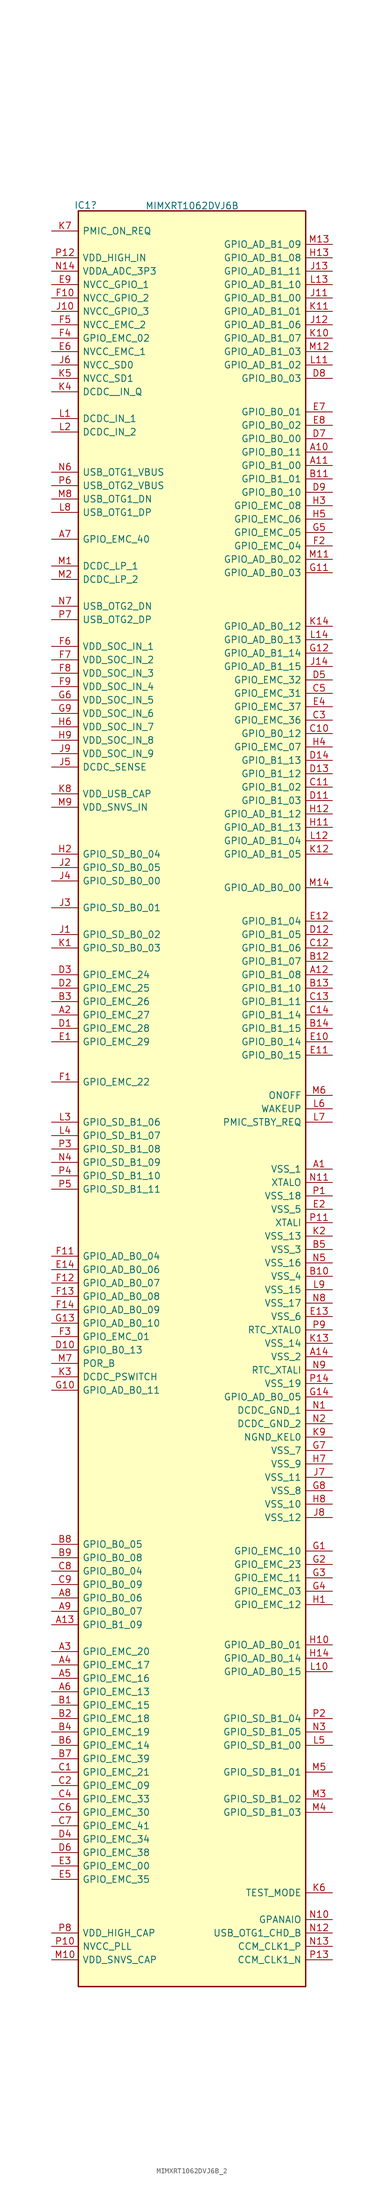
<source format=kicad_sym>
(kicad_symbol_lib
  (version 20220914)
  (generator kicad_symbol_editor)
  (symbol "MIMXRT1062DVJ6B_2"
    (pin_names
      (offset 0.762))
    (property "Reference" "IC1"
      (at -20.193 124.257 0)
      (effects (font (size 1.27 1.27))))
    (property "Value" "MIMXRT1062DVJ6B"
      (at 0.025 124.155 0)
      (effects (font (size 1.27 1.27))))
    (property "Tolerance" ""
      (at 0 0 0)
      (effects (font (size 1.27 1.27))))
    (property "Power Rating" ""
      (at 0 0 0)
      (effects (font (size 1.27 1.27))))
    (symbol "MIMXRT1062DVJ6B_2_0_0"
      (pin passive line (at 26.67 -58.42 180) (length 5.08) (name "VSS_1" (effects (font (size 1.27 1.27)))) (number "A1" (effects (font (size 1.27 1.27)))))
      (pin passive line (at 26.67 77.47 180) (length 5.08) (name "GPIO_B0_11" (effects (font (size 1.27 1.27)))) (number "A10" (effects (font (size 1.27 1.27)))))
      (pin passive line (at 26.67 74.93 180) (length 5.08) (name "GPIO_B1_00" (effects (font (size 1.27 1.27)))) (number "A11" (effects (font (size 1.27 1.27)))))
      (pin passive line (at 26.67 -21.59 180) (length 5.08) (name "GPIO_B1_08" (effects (font (size 1.27 1.27)))) (number "A12" (effects (font (size 1.27 1.27)))))
      (pin passive line (at -26.67 -144.78 0) (length 5.08) (name "GPIO_B1_09" (effects (font (size 1.27 1.27)))) (number "A13" (effects (font (size 1.27 1.27)))))
      (pin passive line (at 26.67 -93.98 180) (length 5.08) (name "VSS_2" (effects (font (size 1.27 1.27)))) (number "A14" (effects (font (size 1.27 1.27)))))
      (pin passive line (at -26.67 -29.21 0) (length 5.08) (name "GPIO_EMC_27" (effects (font (size 1.27 1.27)))) (number "A2" (effects (font (size 1.27 1.27)))))
      (pin passive line (at -26.67 -149.86 0) (length 5.08) (name "GPIO_EMC_20" (effects (font (size 1.27 1.27)))) (number "A3" (effects (font (size 1.27 1.27)))))
      (pin passive line (at -26.67 -152.4 0) (length 5.08) (name "GPIO_EMC_17" (effects (font (size 1.27 1.27)))) (number "A4" (effects (font (size 1.27 1.27)))))
      (pin passive line (at -26.67 -154.94 0) (length 5.08) (name "GPIO_EMC_16" (effects (font (size 1.27 1.27)))) (number "A5" (effects (font (size 1.27 1.27)))))
      (pin passive line (at -26.67 -157.48 0) (length 5.08) (name "GPIO_EMC_13" (effects (font (size 1.27 1.27)))) (number "A6" (effects (font (size 1.27 1.27)))))
      (pin passive line (at -26.67 60.96 0) (length 5.08) (name "GPIO_EMC_40" (effects (font (size 1.27 1.27)))) (number "A7" (effects (font (size 1.27 1.27)))))
      (pin passive line (at -26.67 -139.7 0) (length 5.08) (name "GPIO_B0_06" (effects (font (size 1.27 1.27)))) (number "A8" (effects (font (size 1.27 1.27)))))
      (pin passive line (at -26.67 -142.24 0) (length 5.08) (name "GPIO_B0_07" (effects (font (size 1.27 1.27)))) (number "A9" (effects (font (size 1.27 1.27)))))
      (pin passive line (at -26.67 -160.02 0) (length 5.08) (name "GPIO_EMC_15" (effects (font (size 1.27 1.27)))) (number "B1" (effects (font (size 1.27 1.27)))))
      (pin passive line (at 26.67 -78.74 180) (length 5.08) (name "VSS_4" (effects (font (size 1.27 1.27)))) (number "B10" (effects (font (size 1.27 1.27)))))
      (pin passive line (at 26.67 72.39 180) (length 5.08) (name "GPIO_B1_01" (effects (font (size 1.27 1.27)))) (number "B11" (effects (font (size 1.27 1.27)))))
      (pin passive line (at 26.67 -19.05 180) (length 5.08) (name "GPIO_B1_07" (effects (font (size 1.27 1.27)))) (number "B12" (effects (font (size 1.27 1.27)))))
      (pin passive line (at 26.67 -24.13 180) (length 5.08) (name "GPIO_B1_10" (effects (font (size 1.27 1.27)))) (number "B13" (effects (font (size 1.27 1.27)))))
      (pin passive line (at 26.67 -31.75 180) (length 5.08) (name "GPIO_B1_15" (effects (font (size 1.27 1.27)))) (number "B14" (effects (font (size 1.27 1.27)))))
      (pin passive line (at -26.67 -162.56 0) (length 5.08) (name "GPIO_EMC_18" (effects (font (size 1.27 1.27)))) (number "B2" (effects (font (size 1.27 1.27)))))
      (pin passive line (at -26.67 -26.67 0) (length 5.08) (name "GPIO_EMC_26" (effects (font (size 1.27 1.27)))) (number "B3" (effects (font (size 1.27 1.27)))))
      (pin passive line (at -26.67 -165.1 0) (length 5.08) (name "GPIO_EMC_19" (effects (font (size 1.27 1.27)))) (number "B4" (effects (font (size 1.27 1.27)))))
      (pin passive line (at 26.67 -73.66 180) (length 5.08) (name "VSS_3" (effects (font (size 1.27 1.27)))) (number "B5" (effects (font (size 1.27 1.27)))))
      (pin passive line (at -26.67 -167.64 0) (length 5.08) (name "GPIO_EMC_14" (effects (font (size 1.27 1.27)))) (number "B6" (effects (font (size 1.27 1.27)))))
      (pin passive line (at -26.67 -170.18 0) (length 5.08) (name "GPIO_EMC_39" (effects (font (size 1.27 1.27)))) (number "B7" (effects (font (size 1.27 1.27)))))
      (pin passive line (at -26.67 -129.54 0) (length 5.08) (name "GPIO_B0_05" (effects (font (size 1.27 1.27)))) (number "B8" (effects (font (size 1.27 1.27)))))
      (pin passive line (at -26.67 -132.08 0) (length 5.08) (name "GPIO_B0_08" (effects (font (size 1.27 1.27)))) (number "B9" (effects (font (size 1.27 1.27)))))
      (pin passive line (at -26.67 -172.72 0) (length 5.08) (name "GPIO_EMC_21" (effects (font (size 1.27 1.27)))) (number "C1" (effects (font (size 1.27 1.27)))))
      (pin passive line (at 26.67 24.13 180) (length 5.08) (name "GPIO_B0_12" (effects (font (size 1.27 1.27)))) (number "C10" (effects (font (size 1.27 1.27)))))
      (pin passive line (at 26.67 13.97 180) (length 5.08) (name "GPIO_B1_02" (effects (font (size 1.27 1.27)))) (number "C11" (effects (font (size 1.27 1.27)))))
      (pin passive line (at 26.67 -16.51 180) (length 5.08) (name "GPIO_B1_06" (effects (font (size 1.27 1.27)))) (number "C12" (effects (font (size 1.27 1.27)))))
      (pin passive line (at 26.67 -26.67 180) (length 5.08) (name "GPIO_B1_11" (effects (font (size 1.27 1.27)))) (number "C13" (effects (font (size 1.27 1.27)))))
      (pin passive line (at 26.67 -29.21 180) (length 5.08) (name "GPIO_B1_14" (effects (font (size 1.27 1.27)))) (number "C14" (effects (font (size 1.27 1.27)))))
      (pin passive line (at -26.67 -175.26 0) (length 5.08) (name "GPIO_EMC_09" (effects (font (size 1.27 1.27)))) (number "C2" (effects (font (size 1.27 1.27)))))
      (pin passive line (at 26.67 26.67 180) (length 5.08) (name "GPIO_EMC_36" (effects (font (size 1.27 1.27)))) (number "C3" (effects (font (size 1.27 1.27)))))
      (pin passive line (at -26.67 -177.8 0) (length 5.08) (name "GPIO_EMC_33" (effects (font (size 1.27 1.27)))) (number "C4" (effects (font (size 1.27 1.27)))))
      (pin passive line (at 26.67 31.75 180) (length 5.08) (name "GPIO_EMC_31" (effects (font (size 1.27 1.27)))) (number "C5" (effects (font (size 1.27 1.27)))))
      (pin passive line (at -26.67 -180.34 0) (length 5.08) (name "GPIO_EMC_30" (effects (font (size 1.27 1.27)))) (number "C6" (effects (font (size 1.27 1.27)))))
      (pin passive line (at -26.67 -182.88 0) (length 5.08) (name "GPIO_EMC_41" (effects (font (size 1.27 1.27)))) (number "C7" (effects (font (size 1.27 1.27)))))
      (pin passive line (at -26.67 -134.62 0) (length 5.08) (name "GPIO_B0_04" (effects (font (size 1.27 1.27)))) (number "C8" (effects (font (size 1.27 1.27)))))
      (pin passive line (at -26.67 -137.16 0) (length 5.08) (name "GPIO_B0_09" (effects (font (size 1.27 1.27)))) (number "C9" (effects (font (size 1.27 1.27)))))
      (pin passive line (at -26.67 -31.75 0) (length 5.08) (name "GPIO_EMC_28" (effects (font (size 1.27 1.27)))) (number "D1" (effects (font (size 1.27 1.27)))))
      (pin passive line (at -26.67 -92.71 0) (length 5.08) (name "GPIO_B0_13" (effects (font (size 1.27 1.27)))) (number "D10" (effects (font (size 1.27 1.27)))))
      (pin passive line (at 26.67 11.43 180) (length 5.08) (name "GPIO_B1_03" (effects (font (size 1.27 1.27)))) (number "D11" (effects (font (size 1.27 1.27)))))
      (pin passive line (at 26.67 -13.97 180) (length 5.08) (name "GPIO_B1_05" (effects (font (size 1.27 1.27)))) (number "D12" (effects (font (size 1.27 1.27)))))
      (pin passive line (at 26.67 16.51 180) (length 5.08) (name "GPIO_B1_12" (effects (font (size 1.27 1.27)))) (number "D13" (effects (font (size 1.27 1.27)))))
      (pin passive line (at 26.67 19.05 180) (length 5.08) (name "GPIO_B1_13" (effects (font (size 1.27 1.27)))) (number "D14" (effects (font (size 1.27 1.27)))))
      (pin passive line (at -26.67 -24.13 0) (length 5.08) (name "GPIO_EMC_25" (effects (font (size 1.27 1.27)))) (number "D2" (effects (font (size 1.27 1.27)))))
      (pin passive line (at -26.67 -21.59 0) (length 5.08) (name "GPIO_EMC_24" (effects (font (size 1.27 1.27)))) (number "D3" (effects (font (size 1.27 1.27)))))
      (pin passive line (at -26.67 -185.42 0) (length 5.08) (name "GPIO_EMC_34" (effects (font (size 1.27 1.27)))) (number "D4" (effects (font (size 1.27 1.27)))))
      (pin passive line (at 26.67 34.29 180) (length 5.08) (name "GPIO_EMC_32" (effects (font (size 1.27 1.27)))) (number "D5" (effects (font (size 1.27 1.27)))))
      (pin passive line (at -26.67 -187.96 0) (length 5.08) (name "GPIO_EMC_38" (effects (font (size 1.27 1.27)))) (number "D6" (effects (font (size 1.27 1.27)))))
      (pin passive line (at 26.67 80.01 180) (length 5.08) (name "GPIO_B0_00" (effects (font (size 1.27 1.27)))) (number "D7" (effects (font (size 1.27 1.27)))))
      (pin passive line (at 26.67 91.44 180) (length 5.08) (name "GPIO_B0_03" (effects (font (size 1.27 1.27)))) (number "D8" (effects (font (size 1.27 1.27)))))
      (pin passive line (at 26.67 69.85 180) (length 5.08) (name "GPIO_B0_10" (effects (font (size 1.27 1.27)))) (number "D9" (effects (font (size 1.27 1.27)))))
      (pin passive line (at -26.67 -34.29 0) (length 5.08) (name "GPIO_EMC_29" (effects (font (size 1.27 1.27)))) (number "E1" (effects (font (size 1.27 1.27)))))
      (pin passive line (at 26.67 -34.29 180) (length 5.08) (name "GPIO_B0_14" (effects (font (size 1.27 1.27)))) (number "E10" (effects (font (size 1.27 1.27)))))
      (pin passive line (at 26.67 -36.83 180) (length 5.08) (name "GPIO_B0_15" (effects (font (size 1.27 1.27)))) (number "E11" (effects (font (size 1.27 1.27)))))
      (pin passive line (at 26.67 -11.43 180) (length 5.08) (name "GPIO_B1_04" (effects (font (size 1.27 1.27)))) (number "E12" (effects (font (size 1.27 1.27)))))
      (pin passive line (at 26.67 -86.36 180) (length 5.08) (name "VSS_6" (effects (font (size 1.27 1.27)))) (number "E13" (effects (font (size 1.27 1.27)))))
      (pin passive line (at -26.67 -77.47 0) (length 5.08) (name "GPIO_AD_B0_06" (effects (font (size 1.27 1.27)))) (number "E14" (effects (font (size 1.27 1.27)))))
      (pin passive line (at 26.67 -66.04 180) (length 5.08) (name "VSS_5" (effects (font (size 1.27 1.27)))) (number "E2" (effects (font (size 1.27 1.27)))))
      (pin passive line (at -26.67 -190.5 0) (length 5.08) (name "GPIO_EMC_00" (effects (font (size 1.27 1.27)))) (number "E3" (effects (font (size 1.27 1.27)))))
      (pin passive line (at 26.67 29.21 180) (length 5.08) (name "GPIO_EMC_37" (effects (font (size 1.27 1.27)))) (number "E4" (effects (font (size 1.27 1.27)))))
      (pin passive line (at -26.67 -193.04 0) (length 5.08) (name "GPIO_EMC_35" (effects (font (size 1.27 1.27)))) (number "E5" (effects (font (size 1.27 1.27)))))
      (pin passive line (at -26.67 96.52 0) (length 5.08) (name "NVCC_EMC_1" (effects (font (size 1.27 1.27)))) (number "E6" (effects (font (size 1.27 1.27)))))
      (pin passive line (at 26.67 85.09 180) (length 5.08) (name "GPIO_B0_01" (effects (font (size 1.27 1.27)))) (number "E7" (effects (font (size 1.27 1.27)))))
      (pin passive line (at 26.67 82.55 180) (length 5.08) (name "GPIO_B0_02" (effects (font (size 1.27 1.27)))) (number "E8" (effects (font (size 1.27 1.27)))))
      (pin passive line (at -26.67 109.22 0) (length 5.08) (name "NVCC_GPIO_1" (effects (font (size 1.27 1.27)))) (number "E9" (effects (font (size 1.27 1.27)))))
      (pin passive line (at -26.67 -41.91 0) (length 5.08) (name "GPIO_EMC_22" (effects (font (size 1.27 1.27)))) (number "F1" (effects (font (size 1.27 1.27)))))
      (pin passive line (at -26.67 106.68 0) (length 5.08) (name "NVCC_GPIO_2" (effects (font (size 1.27 1.27)))) (number "F10" (effects (font (size 1.27 1.27)))))
      (pin passive line (at -26.67 -74.93 0) (length 5.08) (name "GPIO_AD_B0_04" (effects (font (size 1.27 1.27)))) (number "F11" (effects (font (size 1.27 1.27)))))
      (pin passive line (at -26.67 -80.01 0) (length 5.08) (name "GPIO_AD_B0_07" (effects (font (size 1.27 1.27)))) (number "F12" (effects (font (size 1.27 1.27)))))
      (pin passive line (at -26.67 -82.55 0) (length 5.08) (name "GPIO_AD_B0_08" (effects (font (size 1.27 1.27)))) (number "F13" (effects (font (size 1.27 1.27)))))
      (pin passive line (at -26.67 -85.09 0) (length 5.08) (name "GPIO_AD_B0_09" (effects (font (size 1.27 1.27)))) (number "F14" (effects (font (size 1.27 1.27)))))
      (pin passive line (at 26.67 59.69 180) (length 5.08) (name "GPIO_EMC_04" (effects (font (size 1.27 1.27)))) (number "F2" (effects (font (size 1.27 1.27)))))
      (pin passive line (at -26.67 -90.17 0) (length 5.08) (name "GPIO_EMC_01" (effects (font (size 1.27 1.27)))) (number "F3" (effects (font (size 1.27 1.27)))))
      (pin passive line (at -26.67 99.06 0) (length 5.08) (name "GPIO_EMC_02" (effects (font (size 1.27 1.27)))) (number "F4" (effects (font (size 1.27 1.27)))))
      (pin passive line (at -26.67 101.6 0) (length 5.08) (name "NVCC_EMC_2" (effects (font (size 1.27 1.27)))) (number "F5" (effects (font (size 1.27 1.27)))))
      (pin passive line (at -26.67 40.64 0) (length 5.08) (name "VDD_SOC_IN_1" (effects (font (size 1.27 1.27)))) (number "F6" (effects (font (size 1.27 1.27)))))
      (pin passive line (at -26.67 38.1 0) (length 5.08) (name "VDD_SOC_IN_2" (effects (font (size 1.27 1.27)))) (number "F7" (effects (font (size 1.27 1.27)))))
      (pin passive line (at -26.67 35.56 0) (length 5.08) (name "VDD_SOC_IN_3" (effects (font (size 1.27 1.27)))) (number "F8" (effects (font (size 1.27 1.27)))))
      (pin passive line (at -26.67 33.02 0) (length 5.08) (name "VDD_SOC_IN_4" (effects (font (size 1.27 1.27)))) (number "F9" (effects (font (size 1.27 1.27)))))
      (pin passive line (at 26.67 -130.81 180) (length 5.08) (name "GPIO_EMC_10" (effects (font (size 1.27 1.27)))) (number "G1" (effects (font (size 1.27 1.27)))))
      (pin passive line (at -26.67 -100.33 0) (length 5.08) (name "GPIO_AD_B0_11" (effects (font (size 1.27 1.27)))) (number "G10" (effects (font (size 1.27 1.27)))))
      (pin passive line (at 26.67 54.61 180) (length 5.08) (name "GPIO_AD_B0_03" (effects (font (size 1.27 1.27)))) (number "G11" (effects (font (size 1.27 1.27)))))
      (pin passive line (at 26.67 39.37 180) (length 5.08) (name "GPIO_AD_B1_14" (effects (font (size 1.27 1.27)))) (number "G12" (effects (font (size 1.27 1.27)))))
      (pin passive line (at -26.67 -87.63 0) (length 5.08) (name "GPIO_AD_B0_10" (effects (font (size 1.27 1.27)))) (number "G13" (effects (font (size 1.27 1.27)))))
      (pin passive line (at 26.67 -101.6 180) (length 5.08) (name "GPIO_AD_B0_05" (effects (font (size 1.27 1.27)))) (number "G14" (effects (font (size 1.27 1.27)))))
      (pin passive line (at 26.67 -133.35 180) (length 5.08) (name "GPIO_EMC_23" (effects (font (size 1.27 1.27)))) (number "G2" (effects (font (size 1.27 1.27)))))
      (pin passive line (at 26.67 -135.89 180) (length 5.08) (name "GPIO_EMC_11" (effects (font (size 1.27 1.27)))) (number "G3" (effects (font (size 1.27 1.27)))))
      (pin passive line (at 26.67 -138.43 180) (length 5.08) (name "GPIO_EMC_03" (effects (font (size 1.27 1.27)))) (number "G4" (effects (font (size 1.27 1.27)))))
      (pin passive line (at 26.67 62.23 180) (length 5.08) (name "GPIO_EMC_05" (effects (font (size 1.27 1.27)))) (number "G5" (effects (font (size 1.27 1.27)))))
      (pin passive line (at -26.67 30.48 0) (length 5.08) (name "VDD_SOC_IN_5" (effects (font (size 1.27 1.27)))) (number "G6" (effects (font (size 1.27 1.27)))))
      (pin passive line (at 26.67 -111.76 180) (length 5.08) (name "VSS_7" (effects (font (size 1.27 1.27)))) (number "G7" (effects (font (size 1.27 1.27)))))
      (pin passive line (at 26.67 -119.38 180) (length 5.08) (name "VSS_8" (effects (font (size 1.27 1.27)))) (number "G8" (effects (font (size 1.27 1.27)))))
      (pin passive line (at -26.67 27.94 0) (length 5.08) (name "VDD_SOC_IN_6" (effects (font (size 1.27 1.27)))) (number "G9" (effects (font (size 1.27 1.27)))))
      (pin passive line (at 26.67 -140.97 180) (length 5.08) (name "GPIO_EMC_12" (effects (font (size 1.27 1.27)))) (number "H1" (effects (font (size 1.27 1.27)))))
      (pin passive line (at 26.67 -148.59 180) (length 5.08) (name "GPIO_AD_B0_01" (effects (font (size 1.27 1.27)))) (number "H10" (effects (font (size 1.27 1.27)))))
      (pin passive line (at 26.67 6.35 180) (length 5.08) (name "GPIO_AD_B1_13" (effects (font (size 1.27 1.27)))) (number "H11" (effects (font (size 1.27 1.27)))))
      (pin passive line (at 26.67 8.89 180) (length 5.08) (name "GPIO_AD_B1_12" (effects (font (size 1.27 1.27)))) (number "H12" (effects (font (size 1.27 1.27)))))
      (pin passive line (at 26.67 114.3 180) (length 5.08) (name "GPIO_AD_B1_08" (effects (font (size 1.27 1.27)))) (number "H13" (effects (font (size 1.27 1.27)))))
      (pin passive line (at 26.67 -151.13 180) (length 5.08) (name "GPIO_AD_B0_14" (effects (font (size 1.27 1.27)))) (number "H14" (effects (font (size 1.27 1.27)))))
      (pin passive line (at -26.67 1.27 0) (length 5.08) (name "GPIO_SD_B0_04" (effects (font (size 1.27 1.27)))) (number "H2" (effects (font (size 1.27 1.27)))))
      (pin passive line (at 26.67 67.31 180) (length 5.08) (name "GPIO_EMC_08" (effects (font (size 1.27 1.27)))) (number "H3" (effects (font (size 1.27 1.27)))))
      (pin passive line (at 26.67 21.59 180) (length 5.08) (name "GPIO_EMC_07" (effects (font (size 1.27 1.27)))) (number "H4" (effects (font (size 1.27 1.27)))))
      (pin passive line (at 26.67 64.77 180) (length 5.08) (name "GPIO_EMC_06" (effects (font (size 1.27 1.27)))) (number "H5" (effects (font (size 1.27 1.27)))))
      (pin passive line (at -26.67 25.4 0) (length 5.08) (name "VDD_SOC_IN_7" (effects (font (size 1.27 1.27)))) (number "H6" (effects (font (size 1.27 1.27)))))
      (pin passive line (at 26.67 -114.3 180) (length 5.08) (name "VSS_9" (effects (font (size 1.27 1.27)))) (number "H7" (effects (font (size 1.27 1.27)))))
      (pin passive line (at 26.67 -121.92 180) (length 5.08) (name "VSS_10" (effects (font (size 1.27 1.27)))) (number "H8" (effects (font (size 1.27 1.27)))))
      (pin passive line (at -26.67 22.86 0) (length 5.08) (name "VDD_SOC_IN_8" (effects (font (size 1.27 1.27)))) (number "H9" (effects (font (size 1.27 1.27)))))
      (pin passive line (at -26.67 -13.97 0) (length 5.08) (name "GPIO_SD_B0_02" (effects (font (size 1.27 1.27)))) (number "J1" (effects (font (size 1.27 1.27)))))
      (pin passive line (at -26.67 104.14 0) (length 5.08) (name "NVCC_GPIO_3" (effects (font (size 1.27 1.27)))) (number "J10" (effects (font (size 1.27 1.27)))))
      (pin passive line (at 26.67 106.68 180) (length 5.08) (name "GPIO_AD_B1_00" (effects (font (size 1.27 1.27)))) (number "J11" (effects (font (size 1.27 1.27)))))
      (pin passive line (at 26.67 101.6 180) (length 5.08) (name "GPIO_AD_B1_06" (effects (font (size 1.27 1.27)))) (number "J12" (effects (font (size 1.27 1.27)))))
      (pin passive line (at 26.67 111.76 180) (length 5.08) (name "GPIO_AD_B1_11" (effects (font (size 1.27 1.27)))) (number "J13" (effects (font (size 1.27 1.27)))))
      (pin passive line (at 26.67 36.83 180) (length 5.08) (name "GPIO_AD_B1_15" (effects (font (size 1.27 1.27)))) (number "J14" (effects (font (size 1.27 1.27)))))
      (pin passive line (at -26.67 -1.27 0) (length 5.08) (name "GPIO_SD_B0_05" (effects (font (size 1.27 1.27)))) (number "J2" (effects (font (size 1.27 1.27)))))
      (pin passive line (at -26.67 -8.89 0) (length 5.08) (name "GPIO_SD_B0_01" (effects (font (size 1.27 1.27)))) (number "J3" (effects (font (size 1.27 1.27)))))
      (pin passive line (at -26.67 -3.81 0) (length 5.08) (name "GPIO_SD_B0_00" (effects (font (size 1.27 1.27)))) (number "J4" (effects (font (size 1.27 1.27)))))
      (pin passive line (at -26.67 17.78 0) (length 5.08) (name "DCDC_SENSE" (effects (font (size 1.27 1.27)))) (number "J5" (effects (font (size 1.27 1.27)))))
      (pin passive line (at -26.67 93.98 0) (length 5.08) (name "NVCC_SD0" (effects (font (size 1.27 1.27)))) (number "J6" (effects (font (size 1.27 1.27)))))
      (pin passive line (at 26.67 -116.84 180) (length 5.08) (name "VSS_11" (effects (font (size 1.27 1.27)))) (number "J7" (effects (font (size 1.27 1.27)))))
      (pin passive line (at 26.67 -124.46 180) (length 5.08) (name "VSS_12" (effects (font (size 1.27 1.27)))) (number "J8" (effects (font (size 1.27 1.27)))))
      (pin passive line (at -26.67 20.32 0) (length 5.08) (name "VDD_SOC_IN_9" (effects (font (size 1.27 1.27)))) (number "J9" (effects (font (size 1.27 1.27)))))
      (pin passive line (at -26.67 -16.51 0) (length 5.08) (name "GPIO_SD_B0_03" (effects (font (size 1.27 1.27)))) (number "K1" (effects (font (size 1.27 1.27)))))
      (pin passive line (at 26.67 99.06 180) (length 5.08) (name "GPIO_AD_B1_07" (effects (font (size 1.27 1.27)))) (number "K10" (effects (font (size 1.27 1.27)))))
      (pin passive line (at 26.67 104.14 180) (length 5.08) (name "GPIO_AD_B1_01" (effects (font (size 1.27 1.27)))) (number "K11" (effects (font (size 1.27 1.27)))))
      (pin passive line (at 26.67 1.27 180) (length 5.08) (name "GPIO_AD_B1_05" (effects (font (size 1.27 1.27)))) (number "K12" (effects (font (size 1.27 1.27)))))
      (pin passive line (at 26.67 -91.44 180) (length 5.08) (name "VSS_14" (effects (font (size 1.27 1.27)))) (number "K13" (effects (font (size 1.27 1.27)))))
      (pin passive line (at 26.67 44.45 180) (length 5.08) (name "GPIO_AD_B0_12" (effects (font (size 1.27 1.27)))) (number "K14" (effects (font (size 1.27 1.27)))))
      (pin passive line (at 26.67 -71.12 180) (length 5.08) (name "VSS_13" (effects (font (size 1.27 1.27)))) (number "K2" (effects (font (size 1.27 1.27)))))
      (pin passive line (at -26.67 -97.79 0) (length 5.08) (name "DCDC_PSWITCH" (effects (font (size 1.27 1.27)))) (number "K3" (effects (font (size 1.27 1.27)))))
      (pin passive line (at -26.67 88.9 0) (length 5.08) (name "DCDC__IN_Q" (effects (font (size 1.27 1.27)))) (number "K4" (effects (font (size 1.27 1.27)))))
      (pin passive line (at -26.67 91.44 0) (length 5.08) (name "NVCC_SD1" (effects (font (size 1.27 1.27)))) (number "K5" (effects (font (size 1.27 1.27)))))
      (pin passive line (at 26.67 -195.58 180) (length 5.08) (name "TEST_MODE" (effects (font (size 1.27 1.27)))) (number "K6" (effects (font (size 1.27 1.27)))))
      (pin passive line (at -26.67 119.38 0) (length 5.08) (name "PMIC_ON_REQ" (effects (font (size 1.27 1.27)))) (number "K7" (effects (font (size 1.27 1.27)))))
      (pin passive line (at -26.67 12.7 0) (length 5.08) (name "VDD_USB_CAP" (effects (font (size 1.27 1.27)))) (number "K8" (effects (font (size 1.27 1.27)))))
      (pin passive line (at 26.67 -109.22 180) (length 5.08) (name "NGND_KEL0" (effects (font (size 1.27 1.27)))) (number "K9" (effects (font (size 1.27 1.27)))))
      (pin passive line (at -26.67 83.82 0) (length 5.08) (name "DCDC_IN_1" (effects (font (size 1.27 1.27)))) (number "L1" (effects (font (size 1.27 1.27)))))
      (pin passive line (at 26.67 -153.67 180) (length 5.08) (name "GPIO_AD_B0_15" (effects (font (size 1.27 1.27)))) (number "L10" (effects (font (size 1.27 1.27)))))
      (pin passive line (at 26.67 93.98 180) (length 5.08) (name "GPIO_AD_B1_02" (effects (font (size 1.27 1.27)))) (number "L11" (effects (font (size 1.27 1.27)))))
      (pin passive line (at 26.67 3.81 180) (length 5.08) (name "GPIO_AD_B1_04" (effects (font (size 1.27 1.27)))) (number "L12" (effects (font (size 1.27 1.27)))))
      (pin passive line (at 26.67 109.22 180) (length 5.08) (name "GPIO_AD_B1_10" (effects (font (size 1.27 1.27)))) (number "L13" (effects (font (size 1.27 1.27)))))
      (pin passive line (at 26.67 41.91 180) (length 5.08) (name "GPIO_AD_B0_13" (effects (font (size 1.27 1.27)))) (number "L14" (effects (font (size 1.27 1.27)))))
      (pin passive line (at -26.67 81.28 0) (length 5.08) (name "DCDC_IN_2" (effects (font (size 1.27 1.27)))) (number "L2" (effects (font (size 1.27 1.27)))))
      (pin passive line (at -26.67 -49.53 0) (length 5.08) (name "GPIO_SD_B1_06" (effects (font (size 1.27 1.27)))) (number "L3" (effects (font (size 1.27 1.27)))))
      (pin passive line (at -26.67 -52.07 0) (length 5.08) (name "GPIO_SD_B1_07" (effects (font (size 1.27 1.27)))) (number "L4" (effects (font (size 1.27 1.27)))))
      (pin passive line (at 26.67 -167.64 180) (length 5.08) (name "GPIO_SD_B1_00" (effects (font (size 1.27 1.27)))) (number "L5" (effects (font (size 1.27 1.27)))))
      (pin passive line (at 26.67 -46.99 180) (length 5.08) (name "WAKEUP" (effects (font (size 1.27 1.27)))) (number "L6" (effects (font (size 1.27 1.27)))))
      (pin passive line (at 26.67 -49.53 180) (length 5.08) (name "PMIC_STBY_REQ" (effects (font (size 1.27 1.27)))) (number "L7" (effects (font (size 1.27 1.27)))))
      (pin passive line (at -26.67 66.04 0) (length 5.08) (name "USB_OTG1_DP" (effects (font (size 1.27 1.27)))) (number "L8" (effects (font (size 1.27 1.27)))))
      (pin passive line (at 26.67 -81.28 180) (length 5.08) (name "VSS_15" (effects (font (size 1.27 1.27)))) (number "L9" (effects (font (size 1.27 1.27)))))
      (pin passive line (at -26.67 55.88 0) (length 5.08) (name "DCDC_LP_1" (effects (font (size 1.27 1.27)))) (number "M1" (effects (font (size 1.27 1.27)))))
      (pin passive line (at -26.67 -208.28 0) (length 5.08) (name "VDD_SNVS_CAP" (effects (font (size 1.27 1.27)))) (number "M10" (effects (font (size 1.27 1.27)))))
      (pin passive line (at 26.67 57.15 180) (length 5.08) (name "GPIO_AD_B0_02" (effects (font (size 1.27 1.27)))) (number "M11" (effects (font (size 1.27 1.27)))))
      (pin passive line (at 26.67 96.52 180) (length 5.08) (name "GPIO_AD_B1_03" (effects (font (size 1.27 1.27)))) (number "M12" (effects (font (size 1.27 1.27)))))
      (pin passive line (at 26.67 116.84 180) (length 5.08) (name "GPIO_AD_B1_09" (effects (font (size 1.27 1.27)))) (number "M13" (effects (font (size 1.27 1.27)))))
      (pin passive line (at 26.67 -5.08 180) (length 5.08) (name "GPIO_AD_B0_00" (effects (font (size 1.27 1.27)))) (number "M14" (effects (font (size 1.27 1.27)))))
      (pin passive line (at -26.67 53.34 0) (length 5.08) (name "DCDC_LP_2" (effects (font (size 1.27 1.27)))) (number "M2" (effects (font (size 1.27 1.27)))))
      (pin passive line (at 26.67 -177.8 180) (length 5.08) (name "GPIO_SD_B1_02" (effects (font (size 1.27 1.27)))) (number "M3" (effects (font (size 1.27 1.27)))))
      (pin passive line (at 26.67 -180.34 180) (length 5.08) (name "GPIO_SD_B1_03" (effects (font (size 1.27 1.27)))) (number "M4" (effects (font (size 1.27 1.27)))))
      (pin passive line (at 26.67 -172.72 180) (length 5.08) (name "GPIO_SD_B1_01" (effects (font (size 1.27 1.27)))) (number "M5" (effects (font (size 1.27 1.27)))))
      (pin passive line (at 26.67 -44.45 180) (length 5.08) (name "ONOFF" (effects (font (size 1.27 1.27)))) (number "M6" (effects (font (size 1.27 1.27)))))
      (pin passive line (at -26.67 -95.25 0) (length 5.08) (name "POR_B" (effects (font (size 1.27 1.27)))) (number "M7" (effects (font (size 1.27 1.27)))))
      (pin passive line (at -26.67 68.58 0) (length 5.08) (name "USB_OTG1_DN" (effects (font (size 1.27 1.27)))) (number "M8" (effects (font (size 1.27 1.27)))))
      (pin passive line (at -26.67 10.16 0) (length 5.08) (name "VDD_SNVS_IN" (effects (font (size 1.27 1.27)))) (number "M9" (effects (font (size 1.27 1.27)))))
      (pin passive line (at 26.67 -104.14 180) (length 5.08) (name "DCDC_GND_1" (effects (font (size 1.27 1.27)))) (number "N1" (effects (font (size 1.27 1.27)))))
      (pin passive line (at 26.67 -200.66 180) (length 5.08) (name "GPANAIO" (effects (font (size 1.27 1.27)))) (number "N10" (effects (font (size 1.27 1.27)))))
      (pin passive line (at 26.67 -60.96 180) (length 5.08) (name "XTALO" (effects (font (size 1.27 1.27)))) (number "N11" (effects (font (size 1.27 1.27)))))
      (pin passive line (at 26.67 -203.2 180) (length 5.08) (name "USB_OTG1_CHD_B" (effects (font (size 1.27 1.27)))) (number "N12" (effects (font (size 1.27 1.27)))))
      (pin passive line (at 26.67 -205.74 180) (length 5.08) (name "CCM_CLK1_P" (effects (font (size 1.27 1.27)))) (number "N13" (effects (font (size 1.27 1.27)))))
      (pin passive line (at -26.67 111.76 0) (length 5.08) (name "VDDA_ADC_3P3" (effects (font (size 1.27 1.27)))) (number "N14" (effects (font (size 1.27 1.27)))))
      (pin passive line (at 26.67 -106.68 180) (length 5.08) (name "DCDC_GND_2" (effects (font (size 1.27 1.27)))) (number "N2" (effects (font (size 1.27 1.27)))))
      (pin passive line (at 26.67 -165.1 180) (length 5.08) (name "GPIO_SD_B1_05" (effects (font (size 1.27 1.27)))) (number "N3" (effects (font (size 1.27 1.27)))))
      (pin passive line (at -26.67 -57.15 0) (length 5.08) (name "GPIO_SD_B1_09" (effects (font (size 1.27 1.27)))) (number "N4" (effects (font (size 1.27 1.27)))))
      (pin passive line (at 26.67 -76.2 180) (length 5.08) (name "VSS_16" (effects (font (size 1.27 1.27)))) (number "N5" (effects (font (size 1.27 1.27)))))
      (pin passive line (at -26.67 73.66 0) (length 5.08) (name "USB_OTG1_VBUS" (effects (font (size 1.27 1.27)))) (number "N6" (effects (font (size 1.27 1.27)))))
      (pin passive line (at -26.67 48.26 0) (length 5.08) (name "USB_OTG2_DN" (effects (font (size 1.27 1.27)))) (number "N7" (effects (font (size 1.27 1.27)))))
      (pin passive line (at 26.67 -83.82 180) (length 5.08) (name "VSS_17" (effects (font (size 1.27 1.27)))) (number "N8" (effects (font (size 1.27 1.27)))))
      (pin passive line (at 26.67 -96.52 180) (length 5.08) (name "RTC_XTALI" (effects (font (size 1.27 1.27)))) (number "N9" (effects (font (size 1.27 1.27)))))
      (pin passive line (at 26.67 -63.5 180) (length 5.08) (name "VSS_18" (effects (font (size 1.27 1.27)))) (number "P1" (effects (font (size 1.27 1.27)))))
      (pin passive line (at -26.67 -205.74 0) (length 5.08) (name "NVCC_PLL" (effects (font (size 1.27 1.27)))) (number "P10" (effects (font (size 1.27 1.27)))))
      (pin passive line (at 26.67 -68.58 180) (length 5.08) (name "XTALI" (effects (font (size 1.27 1.27)))) (number "P11" (effects (font (size 1.27 1.27)))))
      (pin passive line (at -26.67 114.3 0) (length 5.08) (name "VDD_HIGH_IN" (effects (font (size 1.27 1.27)))) (number "P12" (effects (font (size 1.27 1.27)))))
      (pin passive line (at 26.67 -208.28 180) (length 5.08) (name "CCM_CLK1_N" (effects (font (size 1.27 1.27)))) (number "P13" (effects (font (size 1.27 1.27)))))
      (pin passive line (at 26.67 -99.06 180) (length 5.08) (name "VSS_19" (effects (font (size 1.27 1.27)))) (number "P14" (effects (font (size 1.27 1.27)))))
      (pin passive line (at 26.67 -162.56 180) (length 5.08) (name "GPIO_SD_B1_04" (effects (font (size 1.27 1.27)))) (number "P2" (effects (font (size 1.27 1.27)))))
      (pin passive line (at -26.67 -54.61 0) (length 5.08) (name "GPIO_SD_B1_08" (effects (font (size 1.27 1.27)))) (number "P3" (effects (font (size 1.27 1.27)))))
      (pin passive line (at -26.67 -59.69 0) (length 5.08) (name "GPIO_SD_B1_10" (effects (font (size 1.27 1.27)))) (number "P4" (effects (font (size 1.27 1.27)))))
      (pin passive line (at -26.67 -62.23 0) (length 5.08) (name "GPIO_SD_B1_11" (effects (font (size 1.27 1.27)))) (number "P5" (effects (font (size 1.27 1.27)))))
      (pin passive line (at -26.67 71.12 0) (length 5.08) (name "USB_OTG2_VBUS" (effects (font (size 1.27 1.27)))) (number "P6" (effects (font (size 1.27 1.27)))))
      (pin passive line (at -26.67 45.72 0) (length 5.08) (name "USB_OTG2_DP" (effects (font (size 1.27 1.27)))) (number "P7" (effects (font (size 1.27 1.27)))))
      (pin passive line (at -26.67 -203.2 0) (length 5.08) (name "VDD_HIGH_CAP" (effects (font (size 1.27 1.27)))) (number "P8" (effects (font (size 1.27 1.27)))))
      (pin passive line (at 26.67 -88.9 180) (length 5.08) (name "RTC_XTALO" (effects (font (size 1.27 1.27)))) (number "P9" (effects (font (size 1.27 1.27))))))
    (symbol "MIMXRT1062DVJ6B_2_1_1"
      (polyline (pts (xy -21.59 123.19) (xy 21.59 123.19) (xy 21.59 -213.36) (xy -21.59 -213.36) (xy -21.59 123.19)) (stroke (width 0.254) (type default)) (fill (type background))))))
</source>
